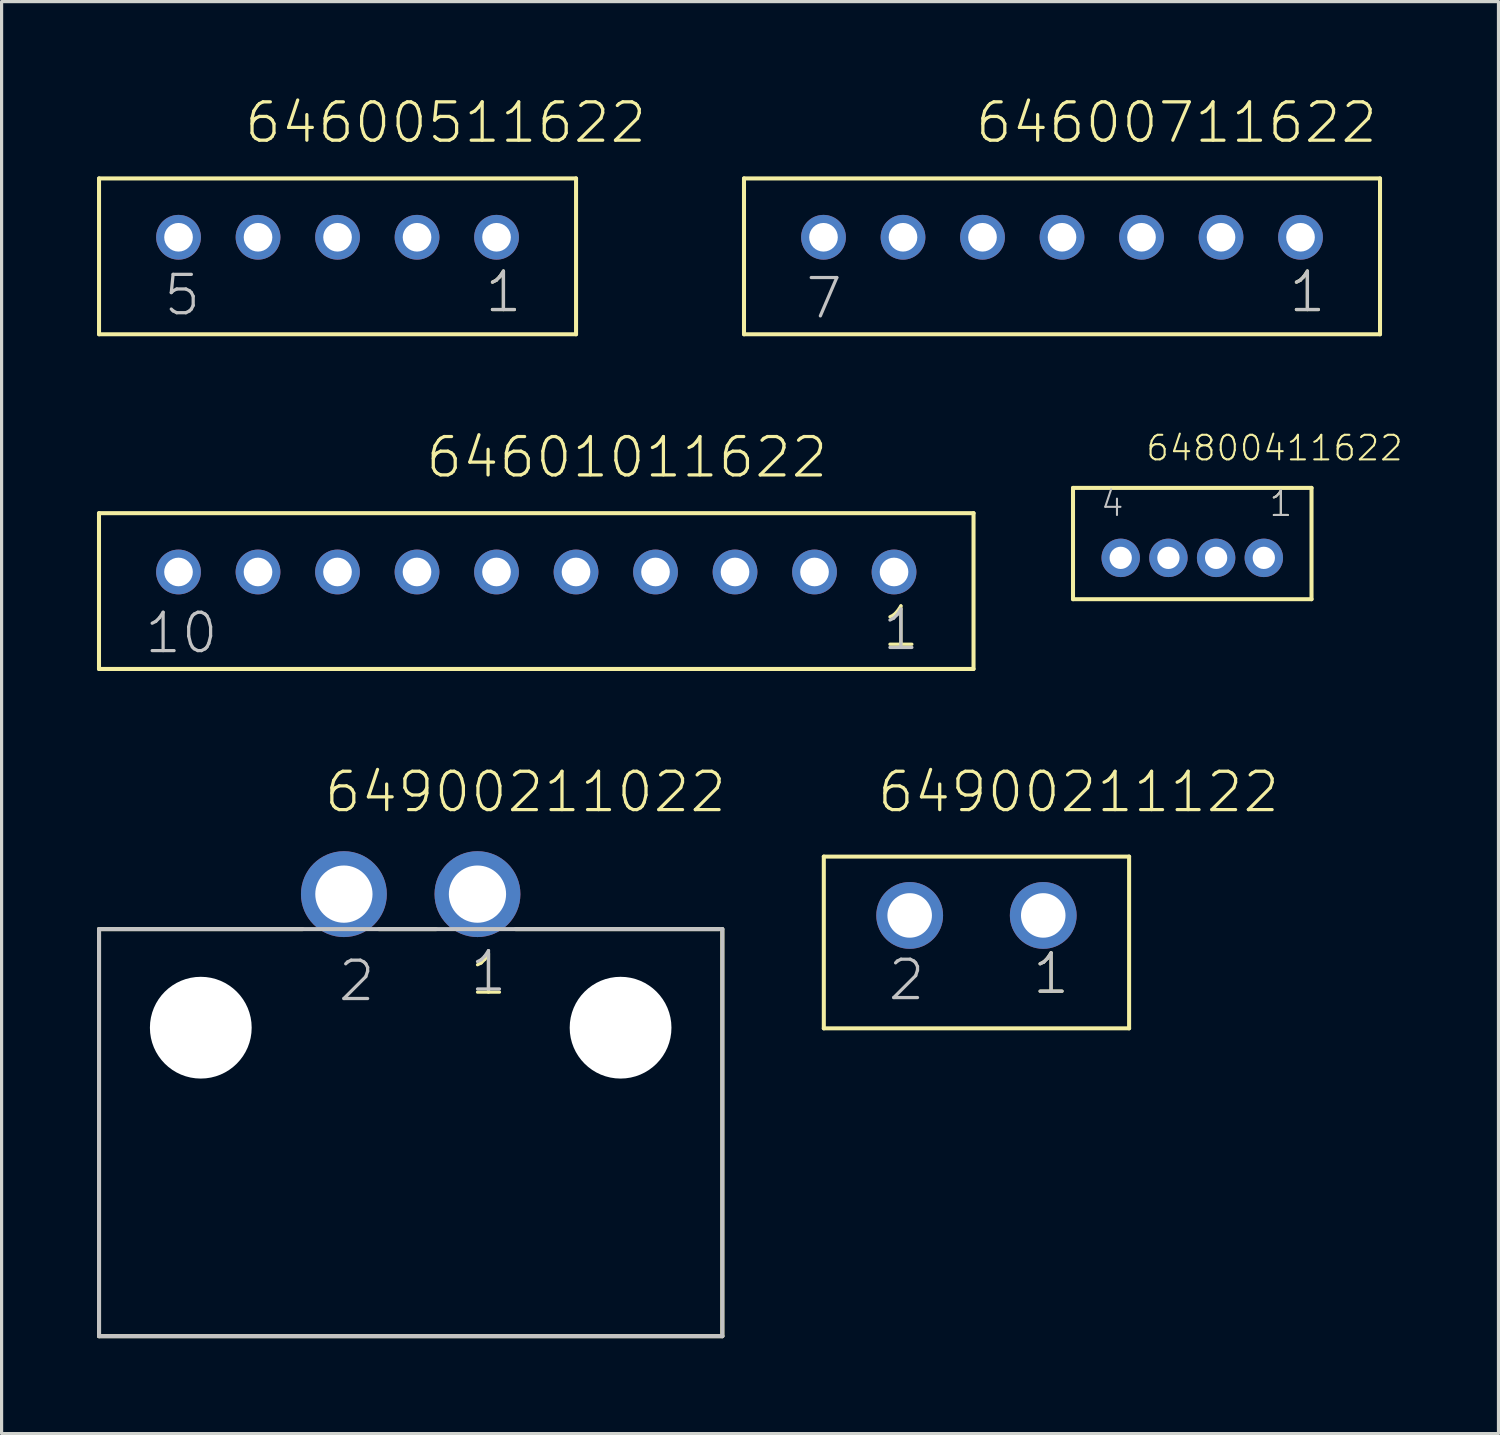
<source format=kicad_pcb>
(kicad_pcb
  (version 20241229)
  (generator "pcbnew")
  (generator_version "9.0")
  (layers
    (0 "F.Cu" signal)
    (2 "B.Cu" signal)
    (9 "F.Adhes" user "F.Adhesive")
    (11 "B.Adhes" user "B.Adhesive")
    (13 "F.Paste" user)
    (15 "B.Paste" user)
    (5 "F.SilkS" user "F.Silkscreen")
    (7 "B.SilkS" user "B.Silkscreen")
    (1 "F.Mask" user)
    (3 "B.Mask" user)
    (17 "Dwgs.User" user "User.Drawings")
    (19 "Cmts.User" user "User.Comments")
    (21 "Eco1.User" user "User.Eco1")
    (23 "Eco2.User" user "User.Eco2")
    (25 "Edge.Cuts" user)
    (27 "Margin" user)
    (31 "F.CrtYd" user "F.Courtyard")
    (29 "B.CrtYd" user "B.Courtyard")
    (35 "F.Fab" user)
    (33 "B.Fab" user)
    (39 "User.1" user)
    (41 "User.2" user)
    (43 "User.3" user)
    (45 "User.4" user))
  (footprint "64601011622"
    (layer "F.Cu")
    (at 13.813 14.936)
    (property "Reference" "64601011622" (at -3.535 -2.9 0) (layer "F.SilkS") (effects (font (size 1.206 1.206) (thickness 0.102)) (justify left bottom)))
    (attr through_hole)
    (fp_line (start -13.75 -1.85) (end 13.75 -1.85) (stroke (width 0.127) (type solid)) (layer "F.SilkS"))
    (fp_line (start -13.75 3.05) (end -13.75 -1.85) (stroke (width 0.127) (type solid)) (layer "F.SilkS"))
    (fp_line (start 13.75 -1.85) (end 13.75 3.05) (stroke (width 0.127) (type solid)) (layer "F.SilkS"))
    (fp_line (start 13.75 3.05) (end -13.75 3.05) (stroke (width 0.127) (type solid)) (layer "F.SilkS"))
    (fp_text user "1" (at 10.825 2.425 0) (layer "F.SilkS") (effects (font (size 1.206 1.206) (thickness 0.102)) (justify left bottom)))
    (fp_text user "10" (at -12.375 2.625 0) (layer "Dwgs.User") (effects (font (size 1.206 1.206) (thickness 0.102)) (justify left bottom)))
    (fp_text user "1" (at 10.825 2.525 0) (layer "Dwgs.User") (effects (font (size 1.206 1.206) (thickness 0.102)) (justify left bottom)))
    (pad "1" thru_hole circle (at 11.25 0) (size 1.408 1.408) (drill 0.9) (layers "*.Cu" "*.Mask"))
    (pad "2" thru_hole circle (at 8.75 0) (size 1.408 1.408) (drill 0.9) (layers "*.Cu" "*.Mask"))
    (pad "3" thru_hole circle (at 6.25 0) (size 1.408 1.408) (drill 0.9) (layers "*.Cu" "*.Mask"))
    (pad "4" thru_hole circle (at 3.75 0) (size 1.408 1.408) (drill 0.9) (layers "*.Cu" "*.Mask"))
    (pad "5" thru_hole circle (at 1.25 0) (size 1.408 1.408) (drill 0.9) (layers "*.Cu" "*.Mask"))
    (pad "6" thru_hole circle (at -1.25 0) (size 1.408 1.408) (drill 0.9) (layers "*.Cu" "*.Mask"))
    (pad "7" thru_hole circle (at -3.75 0) (size 1.408 1.408) (drill 0.9) (layers "*.Cu" "*.Mask"))
    (pad "8" thru_hole circle (at -6.25 0) (size 1.408 1.408) (drill 0.9) (layers "*.Cu" "*.Mask"))
    (pad "9" thru_hole circle (at -8.75 0) (size 1.408 1.408) (drill 0.9) (layers "*.Cu" "*.Mask"))
    (pad "10" thru_hole circle (at -11.25 0) (size 1.408 1.408) (drill 0.9) (layers "*.Cu" "*.Mask")))
  (footprint "64900211122"
    (layer "F.Cu")
    (at 27.655 25.736)
    (property "Reference" "64900211122" (at -3.175 -3.175 0) (layer "F.SilkS") (effects (font (size 1.206 1.206) (thickness 0.102)) (justify left bottom)))
    (attr through_hole)
    (fp_line (start -4.8 -1.85) (end 4.8 -1.85) (stroke (width 0.127) (type solid)) (layer "F.SilkS"))
    (fp_line (start -4.8 3.55) (end -4.8 -1.85) (stroke (width 0.127) (type solid)) (layer "F.SilkS"))
    (fp_line (start 4.8 -1.85) (end 4.8 3.55) (stroke (width 0.127) (type solid)) (layer "F.SilkS"))
    (fp_line (start 4.8 3.55) (end -4.8 3.55) (stroke (width 0.127) (type solid)) (layer "F.SilkS"))
    (fp_text user "1" (at 1.705 2.535 0) (layer "F.SilkS") (effects (font (size 1.206 1.206) (thickness 0.102)) (justify left bottom)))
    (fp_text user "2" (at -2.84 2.735 0) (layer "Dwgs.User") (effects (font (size 1.206 1.206) (thickness 0.102)) (justify left bottom)))
    (fp_text user "1" (at 1.705 2.535 0) (layer "Dwgs.User") (effects (font (size 1.206 1.206) (thickness 0.102)) (justify left bottom)))
    (pad "1" thru_hole circle (at 2.1 0) (size 2.1 2.1) (drill 1.4) (layers "*.Cu" "*.Mask"))
    (pad "2" thru_hole circle (at -2.1 0) (size 2.1 2.1) (drill 1.4) (layers "*.Cu" "*.Mask")))
  (footprint "64900211022"
    (layer "F.Cu")
    (at 9.864 29.266)
    (property "Reference" "64900211022" (at -2.775 -6.705 0) (layer "F.SilkS") (effects (font (size 1.206 1.206) (thickness 0.102)) (justify left bottom)))
    (attr through_hole)
    (fp_line (start -9.8 -3.1) (end -3.4 -3.1) (stroke (width 0.127) (type solid)) (layer "F.SilkS"))
    (fp_line (start -9.8 9.7) (end -9.8 -3.1) (stroke (width 0.127) (type solid)) (layer "F.SilkS"))
    (fp_line (start -1 -3.1) (end 0.8 -3.1) (stroke (width 0.127) (type solid)) (layer "F.SilkS"))
    (fp_line (start 3.3 -3.1) (end 9.7 -3.1) (stroke (width 0.127) (type solid)) (layer "F.SilkS"))
    (fp_line (start 9.8 -3.1) (end 9.8 9.7) (stroke (width 0.127) (type solid)) (layer "F.SilkS"))
    (fp_line (start 9.8 9.7) (end -9.8 9.7) (stroke (width 0.127) (type solid)) (layer "F.SilkS"))
    (fp_line (start -9.8 -3.1) (end 9.8 -3.1) (stroke (width 0.127) (type solid)) (layer "Dwgs.User"))
    (fp_line (start -9.8 9.7) (end -9.8 -3.1) (stroke (width 0.127) (type solid)) (layer "Dwgs.User"))
    (fp_line (start 9.8 -3.1) (end 9.8 9.7) (stroke (width 0.127) (type solid)) (layer "Dwgs.User"))
    (fp_line (start 9.8 9.7) (end -9.8 9.7) (stroke (width 0.127) (type solid)) (layer "Dwgs.User"))
    (fp_text user "1" (at 1.805 -0.965 0) (layer "F.SilkS") (effects (font (size 1.206 1.206) (thickness 0.102)) (justify left bottom)))
    (fp_text user "2" (at -2.34 -0.765 0) (layer "Dwgs.User") (effects (font (size 1.206 1.206) (thickness 0.102)) (justify left bottom)))
    (fp_text user "1" (at 1.805 -1.065 0) (layer "Dwgs.User") (effects (font (size 1.206 1.206) (thickness 0.102)) (justify left bottom)))
    (pad "" np_thru_hole circle (at -6.6 0) (size 3.2 3.2) (drill 3.2) (layers "*.Cu"))
    (pad "" np_thru_hole circle (at 6.6 0) (size 3.2 3.2) (drill 3.2) (layers "*.Cu"))
    (pad "1" thru_hole circle (at 2.1 -4.2) (size 2.7 2.7) (drill 1.8) (layers "*.Cu" "*.Mask"))
    (pad "2" thru_hole circle (at -2.1 -4.2) (size 2.7 2.7) (drill 1.8) (layers "*.Cu" "*.Mask")))
  (footprint "64600511622"
    (layer "F.Cu")
    (at 7.564 4.411)
    (property "Reference" "64600511622" (at -2.985 -2.9 0) (layer "F.SilkS") (effects (font (size 1.206 1.206) (thickness 0.102)) (justify left bottom)))
    (attr through_hole)
    (fp_line (start -7.5 -1.85) (end 7.5 -1.85) (stroke (width 0.127) (type solid)) (layer "F.SilkS"))
    (fp_line (start -7.5 3.05) (end -7.5 -1.85) (stroke (width 0.127) (type solid)) (layer "F.SilkS"))
    (fp_line (start 7.5 -1.85) (end 7.5 3.05) (stroke (width 0.127) (type solid)) (layer "F.SilkS"))
    (fp_line (start 7.5 3.05) (end -7.5 3.05) (stroke (width 0.127) (type solid)) (layer "F.SilkS"))
    (fp_text user "1" (at 4.575 2.425 0) (layer "F.SilkS") (effects (font (size 1.206 1.206) (thickness 0.102)) (justify left bottom)))
    (fp_text user "1" (at 4.575 2.425 0) (layer "Dwgs.User") (effects (font (size 1.206 1.206) (thickness 0.102)) (justify left bottom)))
    (fp_text user "5" (at -5.525 2.525 0) (layer "Dwgs.User") (effects (font (size 1.206 1.206) (thickness 0.102)) (justify left bottom)))
    (pad "1" thru_hole circle (at 5 0) (size 1.408 1.408) (drill 0.9) (layers "*.Cu" "*.Mask"))
    (pad "2" thru_hole circle (at 2.5 0) (size 1.408 1.408) (drill 0.9) (layers "*.Cu" "*.Mask"))
    (pad "3" thru_hole circle (at 0 0) (size 1.408 1.408) (drill 0.9) (layers "*.Cu" "*.Mask"))
    (pad "4" thru_hole circle (at -2.5 0) (size 1.408 1.408) (drill 0.9) (layers "*.Cu" "*.Mask"))
    (pad "5" thru_hole circle (at -5 0) (size 1.408 1.408) (drill 0.9) (layers "*.Cu" "*.Mask")))
  (footprint "64800411622"
    (layer "F.Cu")
    (at 34.441 14.492)
    (property "Reference" "64800411622" (at -1.5 -3 0) (layer "F.SilkS") (effects (font (size 0.772 0.772) (thickness 0.065)) (justify left bottom)))
    (attr through_hole)
    (fp_line (start -3.75 -2.2) (end 3.75 -2.2) (stroke (width 0.127) (type solid)) (layer "F.SilkS"))
    (fp_line (start -3.75 1.3) (end -3.75 -2.2) (stroke (width 0.127) (type solid)) (layer "F.SilkS"))
    (fp_line (start 3.75 -2.2) (end 3.75 1.3) (stroke (width 0.127) (type solid)) (layer "F.SilkS"))
    (fp_line (start 3.75 1.3) (end -3.75 1.3) (stroke (width 0.127) (type solid)) (layer "F.SilkS"))
    (fp_text user "1" (at 2.375 -1.25 0) (layer "F.SilkS") (effects (font (size 0.772 0.772) (thickness 0.065)) (justify left bottom)))
    (fp_text user "4" (at -2.925 -1.25 0) (layer "Dwgs.User") (effects (font (size 0.772 0.772) (thickness 0.065)) (justify left bottom)))
    (fp_text user "1" (at 2.375 -1.25 0) (layer "Dwgs.User") (effects (font (size 0.772 0.772) (thickness 0.065)) (justify left bottom)))
    (pad "1" thru_hole circle (at 2.25 0) (size 1.208 1.208) (drill 0.7) (layers "*.Cu" "*.Mask"))
    (pad "2" thru_hole circle (at 0.75 0) (size 1.208 1.208) (drill 0.7) (layers "*.Cu" "*.Mask"))
    (pad "3" thru_hole circle (at -0.75 0) (size 1.208 1.208) (drill 0.7) (layers "*.Cu" "*.Mask"))
    (pad "4" thru_hole circle (at -2.25 0) (size 1.208 1.208) (drill 0.7) (layers "*.Cu" "*.Mask")))
  (footprint "64600711622"
    (layer "F.Cu")
    (at 30.345 4.411)
    (property "Reference" "64600711622" (at -2.785 -2.9 0) (layer "F.SilkS") (effects (font (size 1.206 1.206) (thickness 0.102)) (justify left bottom)))
    (attr through_hole)
    (fp_line (start -10 -1.85) (end 10 -1.85) (stroke (width 0.127) (type solid)) (layer "F.SilkS"))
    (fp_line (start -10 3.05) (end -10 -1.85) (stroke (width 0.127) (type solid)) (layer "F.SilkS"))
    (fp_line (start 10 -1.85) (end 10 3.05) (stroke (width 0.127) (type solid)) (layer "F.SilkS"))
    (fp_line (start 10 3.05) (end -10 3.05) (stroke (width 0.127) (type solid)) (layer "F.SilkS"))
    (fp_text user "1" (at 7.075 2.425 0) (layer "F.SilkS") (effects (font (size 1.206 1.206) (thickness 0.102)) (justify left bottom)))
    (fp_text user "1" (at 7.075 2.425 0) (layer "Dwgs.User") (effects (font (size 1.206 1.206) (thickness 0.102)) (justify left bottom)))
    (fp_text user "7" (at -8.125 2.625 0) (layer "Dwgs.User") (effects (font (size 1.206 1.206) (thickness 0.102)) (justify left bottom)))
    (pad "1" thru_hole circle (at 7.5 0) (size 1.408 1.408) (drill 0.9) (layers "*.Cu" "*.Mask"))
    (pad "2" thru_hole circle (at 5 0) (size 1.408 1.408) (drill 0.9) (layers "*.Cu" "*.Mask"))
    (pad "3" thru_hole circle (at 2.5 0) (size 1.408 1.408) (drill 0.9) (layers "*.Cu" "*.Mask"))
    (pad "4" thru_hole circle (at 0 0) (size 1.408 1.408) (drill 0.9) (layers "*.Cu" "*.Mask"))
    (pad "5" thru_hole circle (at -2.5 0) (size 1.408 1.408) (drill 0.9) (layers "*.Cu" "*.Mask"))
    (pad "6" thru_hole circle (at -5 0) (size 1.408 1.408) (drill 0.9) (layers "*.Cu" "*.Mask"))
    (pad "7" thru_hole circle (at -7.5 0) (size 1.408 1.408) (drill 0.9) (layers "*.Cu" "*.Mask")))
  (gr_rect
    (start -3 -3)
    (end 44.07 42.029)
    (stroke (width 0.1) (type default))
    (fill no)
    (layer "Edge.Cuts")))
</source>
